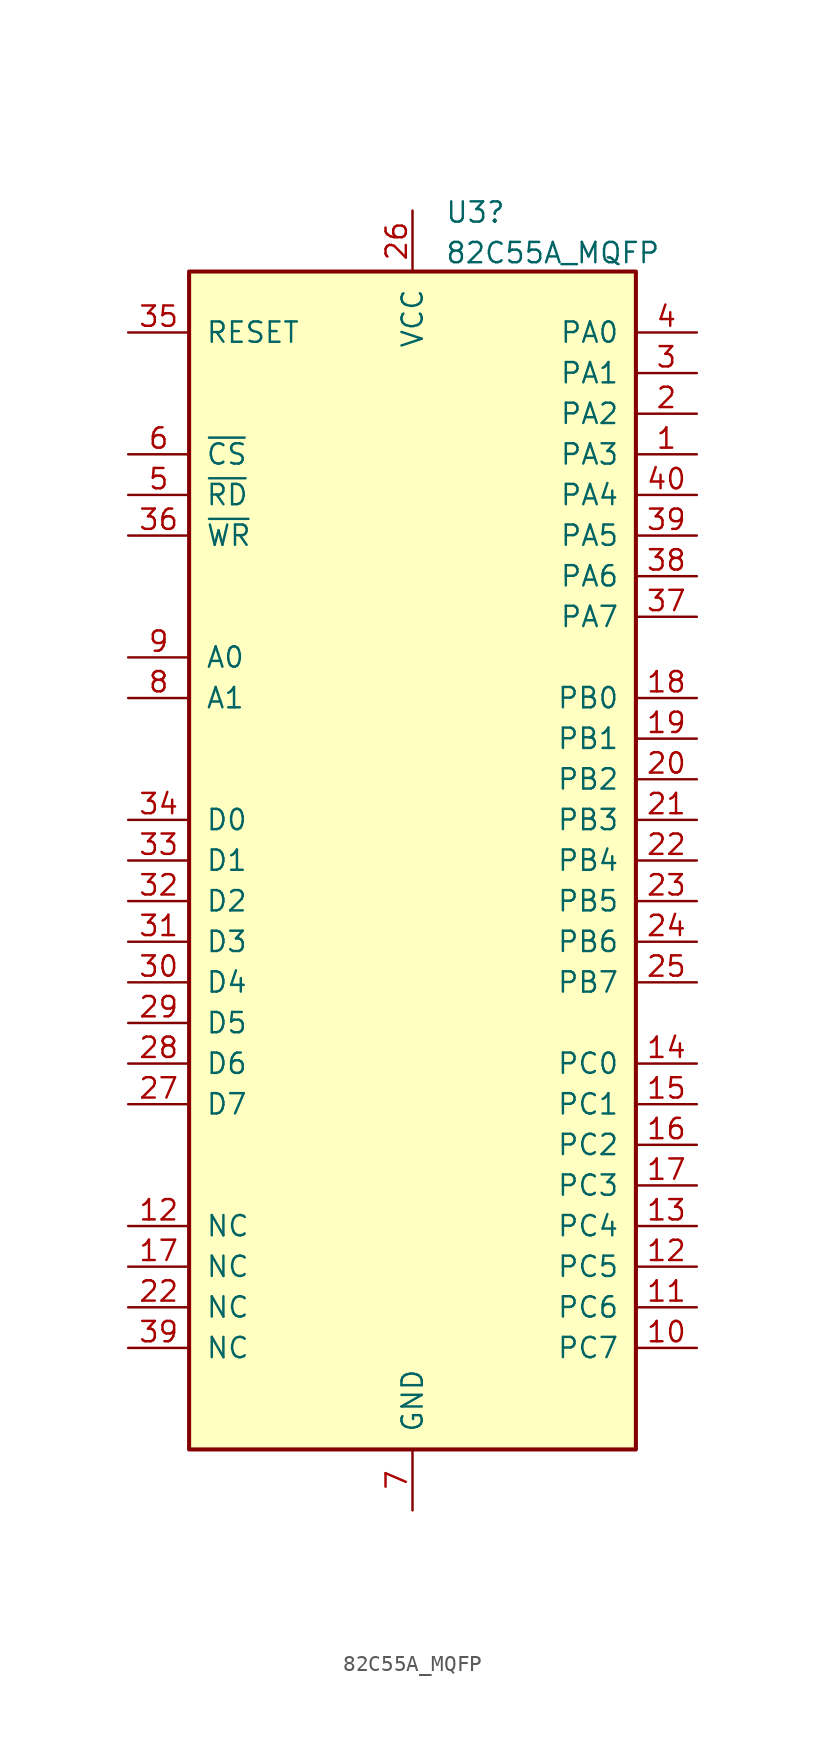
<source format=kicad_sym>
(kicad_symbol_lib
  (version 20211014)
  (generator kicad_symbol_editor)
  (symbol "82C55A_MQFP"
    (pin_names
      (offset 1.016))
    (property "Reference" "U3"
      (at 2.019 40.53 0)
      (effects (font (size 1.27 1.27)) (justify left)))
    (property "Value" "82C55A_MQFP"
      (at 2.019 37.993 0)
      (effects (font (size 1.27 1.27)) (justify left)))
    (symbol "82C55A_MQFP_1_1"
      (rectangle (start -13.97 -36.83) (end 13.97 36.83) (stroke (width 0.254) (type default) (color 0 0 0 0)) (fill (type background)))
      (pin bidirectional line (at 17.78 25.4 180) (length 3.81) (name "PA3" (effects (font (size 1.27 1.27)))) (number "1" (effects (font (size 1.27 1.27)))))
      (pin bidirectional line (at 17.78 -30.48 180) (length 3.81) (name "PC7" (effects (font (size 1.27 1.27)))) (number "10" (effects (font (size 1.27 1.27)))))
      (pin bidirectional line (at 17.78 -27.94 180) (length 3.81) (name "PC6" (effects (font (size 1.27 1.27)))) (number "11" (effects (font (size 1.27 1.27)))))
      (pin passive line (at -17.78 -22.86 0) (length 3.81) (name "NC" (effects (font (size 1.27 1.27)))) (number "12" (effects (font (size 1.27 1.27)))))
      (pin bidirectional line (at 17.78 -25.4 180) (length 3.81) (name "PC5" (effects (font (size 1.27 1.27)))) (number "12" (effects (font (size 1.27 1.27)))))
      (pin bidirectional line (at 17.78 -22.86 180) (length 3.81) (name "PC4" (effects (font (size 1.27 1.27)))) (number "13" (effects (font (size 1.27 1.27)))))
      (pin bidirectional line (at 17.78 -12.7 180) (length 3.81) (name "PC0" (effects (font (size 1.27 1.27)))) (number "14" (effects (font (size 1.27 1.27)))))
      (pin bidirectional line (at 17.78 -15.24 180) (length 3.81) (name "PC1" (effects (font (size 1.27 1.27)))) (number "15" (effects (font (size 1.27 1.27)))))
      (pin bidirectional line (at 17.78 -17.78 180) (length 3.81) (name "PC2" (effects (font (size 1.27 1.27)))) (number "16" (effects (font (size 1.27 1.27)))))
      (pin passive line (at -17.78 -25.4 0) (length 3.81) (name "NC" (effects (font (size 1.27 1.27)))) (number "17" (effects (font (size 1.27 1.27)))))
      (pin bidirectional line (at 17.78 -20.32 180) (length 3.81) (name "PC3" (effects (font (size 1.27 1.27)))) (number "17" (effects (font (size 1.27 1.27)))))
      (pin bidirectional line (at 17.78 10.16 180) (length 3.81) (name "PB0" (effects (font (size 1.27 1.27)))) (number "18" (effects (font (size 1.27 1.27)))))
      (pin bidirectional line (at 17.78 7.62 180) (length 3.81) (name "PB1" (effects (font (size 1.27 1.27)))) (number "19" (effects (font (size 1.27 1.27)))))
      (pin bidirectional line (at 17.78 27.94 180) (length 3.81) (name "PA2" (effects (font (size 1.27 1.27)))) (number "2" (effects (font (size 1.27 1.27)))))
      (pin bidirectional line (at 17.78 5.08 180) (length 3.81) (name "PB2" (effects (font (size 1.27 1.27)))) (number "20" (effects (font (size 1.27 1.27)))))
      (pin bidirectional line (at 17.78 2.54 180) (length 3.81) (name "PB3" (effects (font (size 1.27 1.27)))) (number "21" (effects (font (size 1.27 1.27)))))
      (pin passive line (at -17.78 -27.94 0) (length 3.81) (name "NC" (effects (font (size 1.27 1.27)))) (number "22" (effects (font (size 1.27 1.27)))))
      (pin bidirectional line (at 17.78 0 180) (length 3.81) (name "PB4" (effects (font (size 1.27 1.27)))) (number "22" (effects (font (size 1.27 1.27)))))
      (pin bidirectional line (at 17.78 -2.54 180) (length 3.81) (name "PB5" (effects (font (size 1.27 1.27)))) (number "23" (effects (font (size 1.27 1.27)))))
      (pin bidirectional line (at 17.78 -5.08 180) (length 3.81) (name "PB6" (effects (font (size 1.27 1.27)))) (number "24" (effects (font (size 1.27 1.27)))))
      (pin bidirectional line (at 17.78 -7.62 180) (length 3.81) (name "PB7" (effects (font (size 1.27 1.27)))) (number "25" (effects (font (size 1.27 1.27)))))
      (pin power_in line (at 0 40.64 270) (length 3.81) (name "VCC" (effects (font (size 1.27 1.27)))) (number "26" (effects (font (size 1.27 1.27)))))
      (pin bidirectional line (at -17.78 -15.24 0) (length 3.81) (name "D7" (effects (font (size 1.27 1.27)))) (number "27" (effects (font (size 1.27 1.27)))))
      (pin bidirectional line (at -17.78 -12.7 0) (length 3.81) (name "D6" (effects (font (size 1.27 1.27)))) (number "28" (effects (font (size 1.27 1.27)))))
      (pin bidirectional line (at -17.78 -10.16 0) (length 3.81) (name "D5" (effects (font (size 1.27 1.27)))) (number "29" (effects (font (size 1.27 1.27)))))
      (pin bidirectional line (at 17.78 30.48 180) (length 3.81) (name "PA1" (effects (font (size 1.27 1.27)))) (number "3" (effects (font (size 1.27 1.27)))))
      (pin bidirectional line (at -17.78 -7.62 0) (length 3.81) (name "D4" (effects (font (size 1.27 1.27)))) (number "30" (effects (font (size 1.27 1.27)))))
      (pin bidirectional line (at -17.78 -5.08 0) (length 3.81) (name "D3" (effects (font (size 1.27 1.27)))) (number "31" (effects (font (size 1.27 1.27)))))
      (pin bidirectional line (at -17.78 -2.54 0) (length 3.81) (name "D2" (effects (font (size 1.27 1.27)))) (number "32" (effects (font (size 1.27 1.27)))))
      (pin bidirectional line (at -17.78 0 0) (length 3.81) (name "D1" (effects (font (size 1.27 1.27)))) (number "33" (effects (font (size 1.27 1.27)))))
      (pin bidirectional line (at -17.78 2.54 0) (length 3.81) (name "D0" (effects (font (size 1.27 1.27)))) (number "34" (effects (font (size 1.27 1.27)))))
      (pin input line (at -17.78 33.02 0) (length 3.81) (name "RESET" (effects (font (size 1.27 1.27)))) (number "35" (effects (font (size 1.27 1.27)))))
      (pin input line (at -17.78 20.32 0) (length 3.81) (name "~{WR}" (effects (font (size 1.27 1.27)))) (number "36" (effects (font (size 1.27 1.27)))))
      (pin bidirectional line (at 17.78 15.24 180) (length 3.81) (name "PA7" (effects (font (size 1.27 1.27)))) (number "37" (effects (font (size 1.27 1.27)))))
      (pin bidirectional line (at 17.78 17.78 180) (length 3.81) (name "PA6" (effects (font (size 1.27 1.27)))) (number "38" (effects (font (size 1.27 1.27)))))
      (pin passive line (at -17.78 -30.48 0) (length 3.81) (name "NC" (effects (font (size 1.27 1.27)))) (number "39" (effects (font (size 1.27 1.27)))))
      (pin bidirectional line (at 17.78 20.32 180) (length 3.81) (name "PA5" (effects (font (size 1.27 1.27)))) (number "39" (effects (font (size 1.27 1.27)))))
      (pin bidirectional line (at 17.78 33.02 180) (length 3.81) (name "PA0" (effects (font (size 1.27 1.27)))) (number "4" (effects (font (size 1.27 1.27)))))
      (pin bidirectional line (at 17.78 22.86 180) (length 3.81) (name "PA4" (effects (font (size 1.27 1.27)))) (number "40" (effects (font (size 1.27 1.27)))))
      (pin input line (at -17.78 22.86 0) (length 3.81) (name "~{RD}" (effects (font (size 1.27 1.27)))) (number "5" (effects (font (size 1.27 1.27)))))
      (pin input line (at -17.78 25.4 0) (length 3.81) (name "~{CS}" (effects (font (size 1.27 1.27)))) (number "6" (effects (font (size 1.27 1.27)))))
      (pin power_in line (at 0 -40.64 90) (length 3.81) (name "GND" (effects (font (size 1.27 1.27)))) (number "7" (effects (font (size 1.27 1.27)))))
      (pin input line (at -17.78 10.16 0) (length 3.81) (name "A1" (effects (font (size 1.27 1.27)))) (number "8" (effects (font (size 1.27 1.27)))))
      (pin input line (at -17.78 12.7 0) (length 3.81) (name "A0" (effects (font (size 1.27 1.27)))) (number "9" (effects (font (size 1.27 1.27))))))))
</source>
